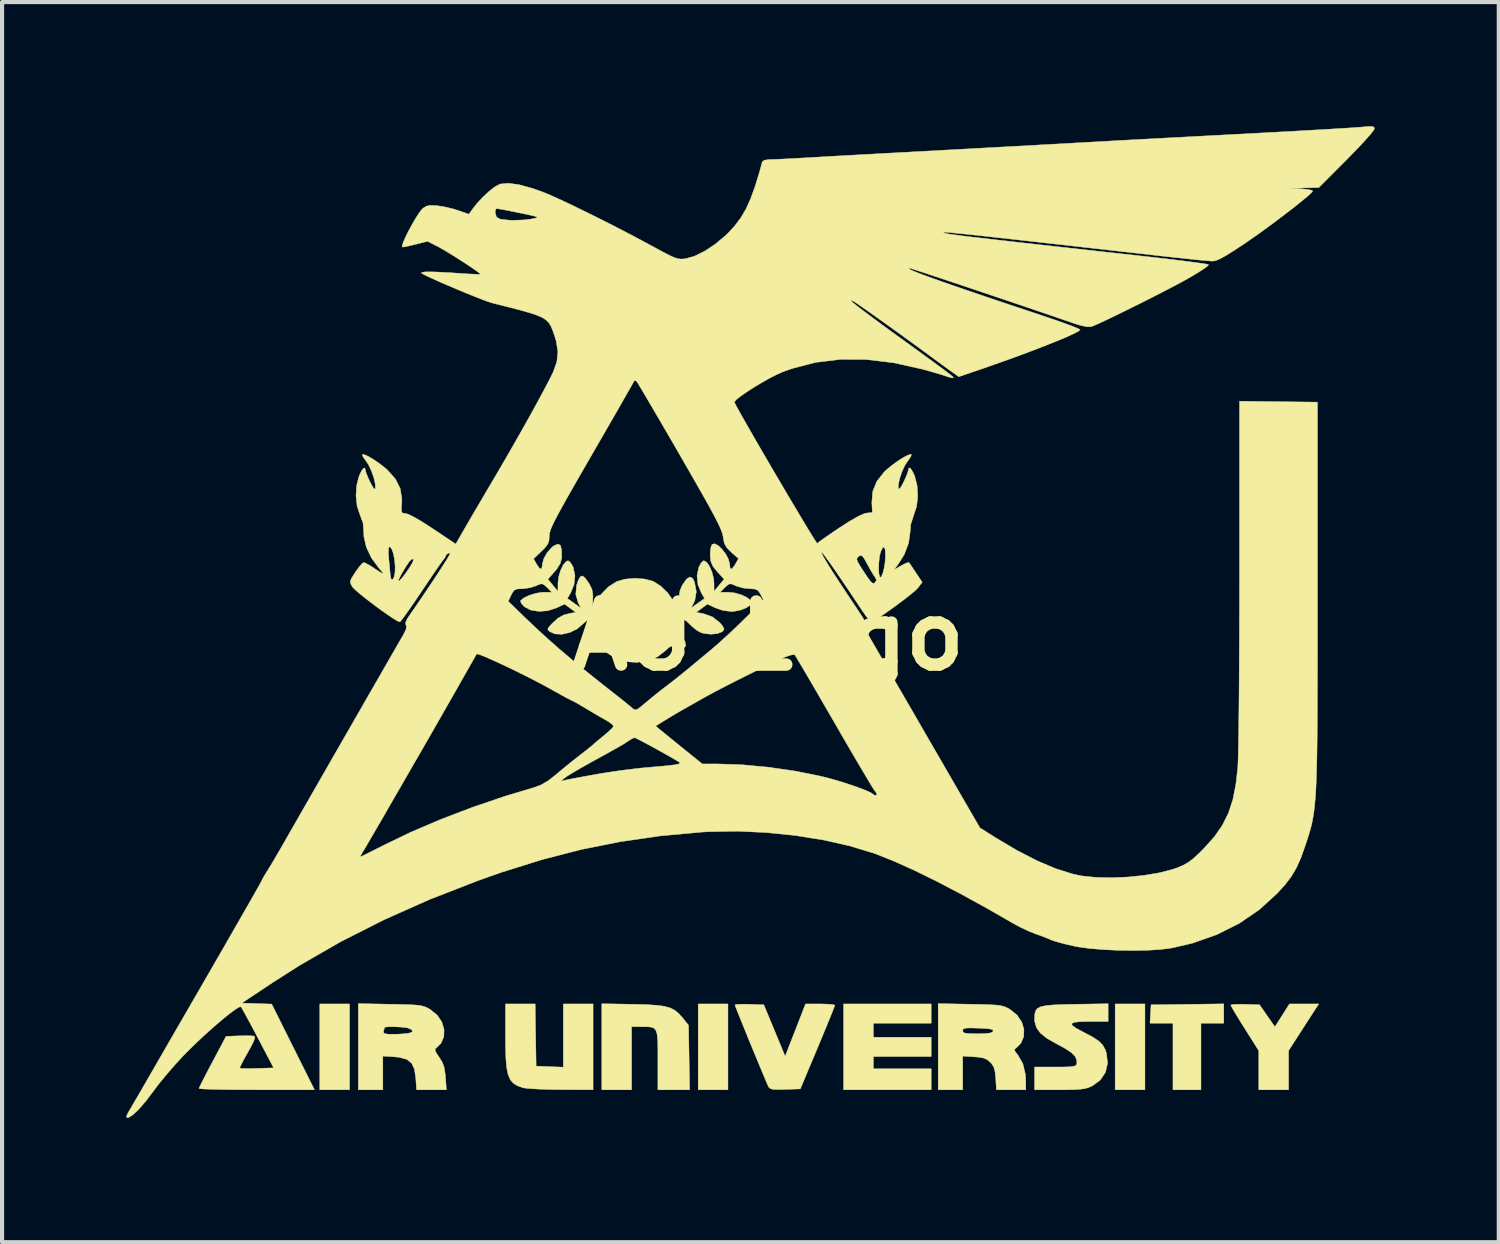
<source format=kicad_pcb>
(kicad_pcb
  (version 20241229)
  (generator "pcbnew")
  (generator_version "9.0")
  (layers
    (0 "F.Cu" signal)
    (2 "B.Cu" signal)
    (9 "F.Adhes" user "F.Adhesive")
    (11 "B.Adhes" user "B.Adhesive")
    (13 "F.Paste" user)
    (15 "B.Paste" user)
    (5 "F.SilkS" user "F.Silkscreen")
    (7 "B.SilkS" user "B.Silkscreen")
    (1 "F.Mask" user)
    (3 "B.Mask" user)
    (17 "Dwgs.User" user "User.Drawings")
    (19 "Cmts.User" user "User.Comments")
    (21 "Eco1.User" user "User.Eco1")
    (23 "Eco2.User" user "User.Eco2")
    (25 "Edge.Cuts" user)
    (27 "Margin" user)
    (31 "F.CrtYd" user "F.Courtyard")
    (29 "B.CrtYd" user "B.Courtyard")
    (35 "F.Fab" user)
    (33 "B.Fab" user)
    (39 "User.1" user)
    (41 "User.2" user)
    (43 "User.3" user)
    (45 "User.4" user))
  (footprint "AU Logo"
    (layer "F.Cu")
    (at 15.514 12.319)
    (property "Reference" "AU Logo" (at 0 0 0) (layer "F.SilkS") (effects (font (size 1.524 1.524) (thickness 0.3))))
    (attr through_hole)
    (fp_poly (pts (xy -10.118 10.964) (xy -10.837 10.964) (xy -10.837 8.89) (xy -10.118 8.89) (xy -10.118 10.964)) (stroke (width 0.01) (type solid)) (fill yes) (layer "F.SilkS"))
    (fp_poly (pts (xy -0.974 10.964) (xy -1.693 10.964) (xy -1.693 8.89) (xy -0.974 8.89) (xy -0.974 10.964)) (stroke (width 0.01) (type solid)) (fill yes) (layer "F.SilkS"))
    (fp_poly (pts (xy 9.102 10.964) (xy 8.382 10.964) (xy 8.382 8.89) (xy 9.102 8.89) (xy 9.102 10.964)) (stroke (width 0.01) (type solid)) (fill yes) (layer "F.SilkS"))
    (fp_poly (pts (xy 11.007 9.356) (xy 10.456 9.356) (xy 10.456 10.964) (xy 9.779 10.964) (xy 9.779 9.356) (xy 9.224 9.356) (xy 9.237 9.133) (xy 9.25 8.911) (xy 10.128 8.9) (xy 11.007 8.888) (xy 11.007 9.356)) (stroke (width 0.01) (type solid)) (fill yes) (layer "F.SilkS"))
    (fp_poly (pts (xy 3.937 9.356) (xy 2.54 9.356) (xy 2.54 9.694) (xy 3.937 9.694) (xy 3.937 10.16) (xy 2.54 10.16) (xy 2.54 10.456) (xy 3.937 10.456) (xy 3.937 10.964) (xy 1.82 10.964) (xy 1.82 8.89) (xy 3.937 8.89) (xy 3.937 9.356)) (stroke (width 0.01) (type solid)) (fill yes) (layer "F.SilkS"))
    (fp_poly (pts (xy -5.621 9.641) (xy -5.609 10.393) (xy -5.281 10.405) (xy -4.953 10.418) (xy -4.953 8.89) (xy -4.233 8.89) (xy -4.233 10.964) (xy -5.006 10.961) (xy -5.264 10.957) (xy -5.503 10.95) (xy -5.705 10.939) (xy -5.854 10.927) (xy -5.927 10.915) (xy -6.056 10.869) (xy -6.157 10.809) (xy -6.232 10.724) (xy -6.285 10.602) (xy -6.32 10.435) (xy -6.34 10.211) (xy -6.349 9.92) (xy -6.35 9.675) (xy -6.35 8.89) (xy -5.632 8.89) (xy -5.621 9.641)) (stroke (width 0.01) (type solid)) (fill yes) (layer "F.SilkS"))
    (fp_poly (pts (xy -3.27 8.898) (xy -2.954 8.906) (xy -2.708 8.921) (xy -2.52 8.945) (xy -2.376 8.984) (xy -2.263 9.04) (xy -2.166 9.118) (xy -2.073 9.222) (xy -2.056 9.243) (xy -1.926 9.406) (xy -1.913 10.185) (xy -1.9 10.964) (xy -2.667 10.964) (xy -2.667 10.246) (xy -2.667 9.967) (xy -2.672 9.761) (xy -2.687 9.617) (xy -2.718 9.524) (xy -2.77 9.471) (xy -2.848 9.447) (xy -2.959 9.441) (xy -3.066 9.44) (xy -3.302 9.44) (xy -3.302 10.964) (xy -4.022 10.964) (xy -4.022 8.885) (xy -3.27 8.898)) (stroke (width 0.01) (type solid)) (fill yes) (layer "F.SilkS"))
    (fp_poly (pts (xy 13.226 9.006) (xy 13.174 9.087) (xy 13.088 9.22) (xy 12.979 9.388) (xy 12.862 9.571) (xy 12.861 9.571) (xy 12.573 10.019) (xy 12.573 10.964) (xy 11.853 10.964) (xy 11.853 10.021) (xy 11.515 9.485) (xy 11.396 9.296) (xy 11.296 9.131) (xy 11.221 9.005) (xy 11.181 8.931) (xy 11.176 8.918) (xy 11.215 8.905) (xy 11.319 8.898) (xy 11.468 8.897) (xy 11.524 8.899) (xy 11.872 8.911) (xy 12.057 9.177) (xy 12.243 9.443) (xy 12.418 9.167) (xy 12.594 8.89) (xy 13.302 8.89) (xy 13.226 9.006)) (stroke (width 0.01) (type solid)) (fill yes) (layer "F.SilkS"))
    (fp_poly (pts (xy 1.416 8.894) (xy 1.539 8.903) (xy 1.603 8.917) (xy 1.609 8.922) (xy 1.593 8.968) (xy 1.549 9.082) (xy 1.48 9.252) (xy 1.392 9.467) (xy 1.288 9.717) (xy 1.192 9.949) (xy 0.775 10.943) (xy 0.411 10.955) (xy 0.23 10.959) (xy 0.116 10.954) (xy 0.05 10.936) (xy 0.014 10.904) (xy 0.007 10.892) (xy -0.022 10.829) (xy -0.075 10.705) (xy -0.148 10.531) (xy -0.235 10.322) (xy -0.331 10.09) (xy -0.431 9.848) (xy -0.529 9.609) (xy -0.619 9.385) (xy -0.697 9.191) (xy -0.758 9.039) (xy -0.795 8.942) (xy -0.804 8.913) (xy -0.765 8.902) (xy -0.661 8.897) (xy -0.513 8.897) (xy -0.455 8.899) (xy -0.107 8.911) (xy 0.151 9.533) (xy 0.408 10.155) (xy 0.901 8.89) (xy 1.255 8.89) (xy 1.416 8.894)) (stroke (width 0.01) (type solid)) (fill yes) (layer "F.SilkS"))
    (fp_poly (pts (xy 8.213 9.313) (xy 7.768 9.313) (xy 7.54 9.318) (xy 7.395 9.334) (xy 7.331 9.364) (xy 7.347 9.411) (xy 7.441 9.478) (xy 7.611 9.569) (xy 7.631 9.579) (xy 7.842 9.691) (xy 7.988 9.789) (xy 8.084 9.887) (xy 8.145 9.999) (xy 8.172 10.082) (xy 8.199 10.323) (xy 8.148 10.542) (xy 8.025 10.728) (xy 7.836 10.867) (xy 7.822 10.874) (xy 7.737 10.911) (xy 7.647 10.936) (xy 7.535 10.952) (xy 7.383 10.961) (xy 7.173 10.964) (xy 7.035 10.964) (xy 6.435 10.964) (xy 6.435 10.414) (xy 6.943 10.414) (xy 7.163 10.413) (xy 7.311 10.407) (xy 7.401 10.391) (xy 7.446 10.362) (xy 7.458 10.314) (xy 7.452 10.245) (xy 7.415 10.156) (xy 7.323 10.064) (xy 7.168 9.962) (xy 6.98 9.861) (xy 6.741 9.726) (xy 6.577 9.596) (xy 6.479 9.46) (xy 6.437 9.309) (xy 6.435 9.253) (xy 6.439 9.145) (xy 6.458 9.062) (xy 6.502 9.001) (xy 6.58 8.959) (xy 6.705 8.931) (xy 6.884 8.914) (xy 7.129 8.904) (xy 7.413 8.898) (xy 8.213 8.885) (xy 8.213 9.313)) (stroke (width 0.01) (type solid)) (fill yes) (layer "F.SilkS"))
    (fp_poly (pts (xy -9.133 8.897) (xy -8.859 8.902) (xy -8.654 8.909) (xy -8.506 8.917) (xy -8.398 8.931) (xy -8.318 8.951) (xy -8.249 8.979) (xy -8.179 9.018) (xy -8.165 9.026) (xy -8 9.16) (xy -7.888 9.326) (xy -7.834 9.506) (xy -7.839 9.683) (xy -7.908 9.841) (xy -8.006 9.939) (xy -8.046 9.975) (xy -8.05 10.018) (xy -8.012 10.09) (xy -7.952 10.178) (xy -7.875 10.302) (xy -7.831 10.426) (xy -7.806 10.587) (xy -7.799 10.664) (xy -7.778 10.964) (xy -8.499 10.964) (xy -8.517 10.688) (xy -8.548 10.471) (xy -8.616 10.322) (xy -8.735 10.229) (xy -8.915 10.18) (xy -9.037 10.168) (xy -9.313 10.15) (xy -9.313 10.964) (xy -9.906 10.964) (xy -9.906 9.583) (xy -9.298 9.583) (xy -9.259 9.61) (xy -9.166 9.622) (xy -9.006 9.622) (xy -8.885 9.617) (xy -8.713 9.602) (xy -8.618 9.578) (xy -8.594 9.548) (xy -8.63 9.503) (xy -8.72 9.468) (xy -8.726 9.467) (xy -8.832 9.453) (xy -8.965 9.444) (xy -9.099 9.441) (xy -9.208 9.444) (xy -9.267 9.454) (xy -9.271 9.458) (xy -9.284 9.508) (xy -9.295 9.539) (xy -9.298 9.583) (xy -9.906 9.583) (xy -9.906 8.882) (xy -9.133 8.897)) (stroke (width 0.01) (type solid)) (fill yes) (layer "F.SilkS"))
    (fp_poly (pts (xy 4.879 8.897) (xy 5.153 8.902) (xy 5.358 8.909) (xy 5.507 8.917) (xy 5.614 8.931) (xy 5.695 8.951) (xy 5.763 8.979) (xy 5.834 9.018) (xy 5.847 9.026) (xy 6.013 9.161) (xy 6.125 9.327) (xy 6.179 9.507) (xy 6.172 9.685) (xy 6.102 9.843) (xy 6.004 9.941) (xy 5.956 9.982) (xy 5.956 10.024) (xy 6.006 10.094) (xy 6.03 10.122) (xy 6.151 10.33) (xy 6.214 10.596) (xy 6.223 10.763) (xy 6.223 10.964) (xy 5.513 10.964) (xy 5.496 10.688) (xy 5.479 10.524) (xy 5.449 10.415) (xy 5.396 10.332) (xy 5.365 10.299) (xy 5.285 10.233) (xy 5.19 10.194) (xy 5.052 10.174) (xy 4.975 10.168) (xy 4.699 10.15) (xy 4.699 10.964) (xy 4.106 10.964) (xy 4.106 9.536) (xy 4.699 9.536) (xy 4.709 9.572) (xy 4.749 9.594) (xy 4.837 9.606) (xy 4.987 9.609) (xy 5.054 9.61) (xy 5.242 9.606) (xy 5.359 9.593) (xy 5.419 9.568) (xy 5.433 9.549) (xy 5.429 9.519) (xy 5.382 9.499) (xy 5.279 9.485) (xy 5.106 9.476) (xy 5.077 9.475) (xy 4.896 9.47) (xy 4.784 9.473) (xy 4.724 9.487) (xy 4.701 9.513) (xy 4.699 9.536) (xy 4.106 9.536) (xy 4.106 8.882) (xy 4.879 8.897)) (stroke (width 0.01) (type solid)) (fill yes) (layer "F.SilkS"))
    (fp_poly (pts (xy 14.609 -12.311) (xy 14.642 -12.288) (xy 14.647 -12.257) (xy 14.619 -12.208) (xy 14.538 -12.108) (xy 14.414 -11.969) (xy 14.255 -11.798) (xy 14.07 -11.607) (xy 13.976 -11.511) (xy 13.304 -10.837) (xy 12.949 -10.829) (xy 12.594 -10.821) (xy 12.883 -10.806) (xy 13.024 -10.793) (xy 13.123 -10.774) (xy 13.158 -10.753) (xy 13.158 -10.752) (xy 13.116 -10.703) (xy 13.016 -10.613) (xy 12.868 -10.491) (xy 12.683 -10.344) (xy 12.47 -10.18) (xy 12.242 -10.007) (xy 12.007 -9.834) (xy 11.777 -9.669) (xy 11.562 -9.52) (xy 11.504 -9.48) (xy 11.254 -9.315) (xy 11.063 -9.196) (xy 10.92 -9.117) (xy 10.817 -9.073) (xy 10.743 -9.059) (xy 10.742 -9.059) (xy 10.664 -9.064) (xy 10.514 -9.077) (xy 10.306 -9.097) (xy 10.052 -9.124) (xy 9.763 -9.155) (xy 9.461 -9.188) (xy 8.68 -9.276) (xy 7.978 -9.355) (xy 7.352 -9.426) (xy 6.797 -9.488) (xy 6.311 -9.543) (xy 5.887 -9.59) (xy 5.524 -9.63) (xy 5.215 -9.664) (xy 4.958 -9.692) (xy 4.747 -9.714) (xy 4.58 -9.731) (xy 4.451 -9.744) (xy 4.357 -9.753) (xy 4.293 -9.758) (xy 4.256 -9.759) (xy 4.241 -9.758) (xy 4.24 -9.758) (xy 4.236 -9.751) (xy 4.241 -9.744) (xy 4.258 -9.737) (xy 4.293 -9.728) (xy 4.35 -9.717) (xy 4.434 -9.704) (xy 4.548 -9.689) (xy 4.698 -9.669) (xy 4.887 -9.646) (xy 5.121 -9.619) (xy 5.404 -9.586) (xy 5.74 -9.548) (xy 6.134 -9.503) (xy 6.59 -9.452) (xy 7.113 -9.394) (xy 7.707 -9.328) (xy 8.376 -9.254) (xy 9.038 -9.181) (xy 9.394 -9.141) (xy 9.723 -9.102) (xy 10.016 -9.066) (xy 10.264 -9.034) (xy 10.457 -9.008) (xy 10.585 -8.988) (xy 10.639 -8.975) (xy 10.64 -8.974) (xy 10.618 -8.943) (xy 10.534 -8.88) (xy 10.399 -8.792) (xy 10.226 -8.688) (xy 10.14 -8.638) (xy 9.967 -8.543) (xy 9.748 -8.427) (xy 9.497 -8.297) (xy 9.226 -8.158) (xy 8.946 -8.017) (xy 8.67 -7.881) (xy 8.411 -7.754) (xy 8.181 -7.643) (xy 7.993 -7.555) (xy 7.858 -7.496) (xy 7.8 -7.474) (xy 7.701 -7.473) (xy 7.539 -7.508) (xy 7.377 -7.559) (xy 7.115 -7.649) (xy 6.815 -7.752) (xy 6.484 -7.865) (xy 6.132 -7.984) (xy 5.768 -8.108) (xy 5.401 -8.231) (xy 5.04 -8.353) (xy 4.693 -8.469) (xy 4.37 -8.577) (xy 4.08 -8.674) (xy 3.83 -8.757) (xy 3.632 -8.822) (xy 3.492 -8.867) (xy 3.421 -8.888) (xy 3.414 -8.89) (xy 3.392 -8.883) (xy 3.421 -8.86) (xy 3.506 -8.82) (xy 3.647 -8.763) (xy 3.849 -8.688) (xy 4.113 -8.593) (xy 4.444 -8.477) (xy 4.843 -8.34) (xy 5.313 -8.18) (xy 5.857 -7.997) (xy 6.479 -7.79) (xy 6.699 -7.716) (xy 6.949 -7.631) (xy 7.169 -7.553) (xy 7.347 -7.487) (xy 7.472 -7.436) (xy 7.532 -7.406) (xy 7.535 -7.401) (xy 7.497 -7.367) (xy 7.386 -7.308) (xy 7.212 -7.228) (xy 6.982 -7.132) (xy 6.705 -7.021) (xy 6.389 -6.899) (xy 6.043 -6.769) (xy 5.674 -6.636) (xy 5.291 -6.501) (xy 5.168 -6.458) (xy 4.605 -6.266) (xy 4.472 -6.36) (xy 4.388 -6.42) (xy 4.254 -6.517) (xy 4.086 -6.64) (xy 3.903 -6.774) (xy 3.873 -6.796) (xy 3.638 -6.968) (xy 3.385 -7.152) (xy 3.126 -7.34) (xy 2.872 -7.522) (xy 2.635 -7.692) (xy 2.425 -7.84) (xy 2.255 -7.959) (xy 2.136 -8.041) (xy 2.095 -8.068) (xy 2.017 -8.114) (xy 1.999 -8.114) (xy 2.025 -8.076) (xy 2.073 -8.033) (xy 2.181 -7.948) (xy 2.338 -7.828) (xy 2.535 -7.681) (xy 2.762 -7.513) (xy 2.999 -7.34) (xy 3.359 -7.08) (xy 3.656 -6.864) (xy 3.896 -6.689) (xy 4.085 -6.551) (xy 4.229 -6.445) (xy 4.334 -6.366) (xy 4.405 -6.311) (xy 4.448 -6.275) (xy 4.47 -6.253) (xy 4.476 -6.242) (xy 4.475 -6.238) (xy 4.428 -6.241) (xy 4.332 -6.267) (xy 4.289 -6.282) (xy 4.172 -6.32) (xy 4.002 -6.37) (xy 3.808 -6.426) (xy 3.721 -6.449) (xy 3.029 -6.603) (xy 2.371 -6.682) (xy 1.744 -6.685) (xy 1.145 -6.612) (xy 0.57 -6.462) (xy 0.349 -6.383) (xy 0.199 -6.316) (xy 0.022 -6.225) (xy -0.169 -6.117) (xy -0.358 -6.003) (xy -0.531 -5.891) (xy -0.675 -5.79) (xy -0.776 -5.709) (xy -0.818 -5.657) (xy -0.818 -5.652) (xy -0.795 -5.6) (xy -0.734 -5.487) (xy -0.641 -5.321) (xy -0.521 -5.11) (xy -0.38 -4.863) (xy -0.221 -4.588) (xy -0.051 -4.295) (xy 0.126 -3.992) (xy 0.305 -3.688) (xy 0.48 -3.391) (xy 0.647 -3.11) (xy 0.8 -2.854) (xy 0.934 -2.631) (xy 1.044 -2.45) (xy 1.126 -2.32) (xy 1.174 -2.249) (xy 1.184 -2.239) (xy 1.226 -2.273) (xy 1.325 -2.345) (xy 1.468 -2.445) (xy 1.643 -2.564) (xy 1.719 -2.615) (xy 1.97 -2.776) (xy 2.17 -2.891) (xy 2.315 -2.956) (xy 2.373 -2.971) (xy 2.515 -2.985) (xy 2.503 -3.229) (xy 2.525 -3.496) (xy 2.623 -3.737) (xy 2.799 -3.961) (xy 2.852 -4.012) (xy 2.976 -4.116) (xy 3.115 -4.218) (xy 3.251 -4.305) (xy 3.366 -4.367) (xy 3.441 -4.392) (xy 3.457 -4.388) (xy 3.448 -4.344) (xy 3.396 -4.263) (xy 3.371 -4.232) (xy 3.296 -4.115) (xy 3.227 -3.96) (xy 3.172 -3.795) (xy 3.143 -3.65) (xy 3.144 -3.566) (xy 3.168 -3.552) (xy 3.217 -3.617) (xy 3.274 -3.725) (xy 3.334 -3.858) (xy 3.374 -3.963) (xy 3.386 -4.011) (xy 3.401 -4.065) (xy 3.439 -4.048) (xy 3.491 -3.969) (xy 3.539 -3.863) (xy 3.597 -3.634) (xy 3.612 -3.38) (xy 3.585 -3.133) (xy 3.517 -2.928) (xy 3.443 -2.697) (xy 3.429 -2.524) (xy 3.392 -2.249) (xy 3.286 -1.969) (xy 3.145 -1.742) (xy 3.037 -1.6) (xy 3.209 -1.699) (xy 3.313 -1.753) (xy 3.384 -1.779) (xy 3.399 -1.777) (xy 3.43 -1.734) (xy 3.493 -1.641) (xy 3.568 -1.528) (xy 3.72 -1.3) (xy 3.615 -1.162) (xy 3.55 -1.097) (xy 3.431 -0.998) (xy 3.275 -0.876) (xy 3.099 -0.744) (xy 2.919 -0.614) (xy 2.752 -0.498) (xy 2.615 -0.408) (xy 2.523 -0.356) (xy 2.515 -0.353) (xy 2.483 -0.353) (xy 2.441 -0.385) (xy 2.38 -0.458) (xy 2.292 -0.583) (xy 2.168 -0.768) (xy 1.985 -1.043) (xy 1.811 -1.302) (xy 1.652 -1.535) (xy 1.515 -1.732) (xy 1.428 -1.853) (xy 2.14 -1.853) (xy 2.161 -1.792) (xy 2.22 -1.691) (xy 2.312 -1.548) (xy 2.413 -1.398) (xy 2.481 -1.31) (xy 2.528 -1.273) (xy 2.564 -1.279) (xy 2.579 -1.291) (xy 2.616 -1.353) (xy 2.586 -1.414) (xy 2.539 -1.483) (xy 2.469 -1.601) (xy 2.461 -1.616) (xy 2.668 -1.616) (xy 2.676 -1.493) (xy 2.697 -1.423) (xy 2.699 -1.421) (xy 2.73 -1.431) (xy 2.765 -1.506) (xy 2.797 -1.626) (xy 2.821 -1.772) (xy 2.833 -1.924) (xy 2.833 -1.937) (xy 2.826 -2.081) (xy 2.803 -2.148) (xy 2.766 -2.137) (xy 2.72 -2.044) (xy 2.713 -2.026) (xy 2.687 -1.911) (xy 2.672 -1.765) (xy 2.668 -1.616) (xy 2.461 -1.616) (xy 2.398 -1.73) (xy 2.325 -1.862) (xy 2.275 -1.931) (xy 2.235 -1.949) (xy 2.191 -1.929) (xy 2.184 -1.924) (xy 2.149 -1.892) (xy 2.14 -1.853) (xy 1.428 -1.853) (xy 1.405 -1.885) (xy 1.331 -1.984) (xy 1.298 -2.02) (xy 1.288 -2.007) (xy 1.326 -1.927) (xy 1.411 -1.782) (xy 1.541 -1.573) (xy 1.716 -1.303) (xy 1.906 -1.016) (xy 2.068 -0.773) (xy 2.189 -0.591) (xy 2.273 -0.461) (xy 2.327 -0.373) (xy 2.355 -0.319) (xy 2.364 -0.288) (xy 2.357 -0.272) (xy 2.342 -0.262) (xy 2.339 -0.26) (xy 2.338 -0.212) (xy 2.379 -0.107) (xy 2.456 0.041) (xy 2.481 0.085) (xy 2.536 0.18) (xy 2.63 0.342) (xy 2.756 0.56) (xy 2.912 0.829) (xy 3.092 1.14) (xy 3.292 1.485) (xy 3.507 1.856) (xy 3.732 2.246) (xy 3.889 2.518) (xy 5.114 4.634) (xy 5.496 4.875) (xy 6.014 5.182) (xy 6.503 5.433) (xy 6.954 5.624) (xy 7.364 5.752) (xy 7.58 5.797) (xy 7.916 5.832) (xy 8.294 5.84) (xy 8.693 5.823) (xy 9.087 5.782) (xy 9.455 5.72) (xy 9.773 5.638) (xy 9.885 5.599) (xy 10.028 5.538) (xy 10.15 5.469) (xy 10.271 5.377) (xy 10.412 5.248) (xy 10.531 5.128) (xy 10.779 4.851) (xy 10.972 4.574) (xy 11.119 4.279) (xy 11.227 3.951) (xy 11.301 3.572) (xy 11.346 3.175) (xy 11.351 3.063) (xy 11.357 2.872) (xy 11.362 2.611) (xy 11.367 2.284) (xy 11.372 1.898) (xy 11.376 1.461) (xy 11.379 0.978) (xy 11.382 0.457) (xy 11.385 -0.096) (xy 11.386 -0.676) (xy 11.387 -1.274) (xy 11.387 -1.493) (xy 11.388 -5.674) (xy 12.33 -5.663) (xy 13.271 -5.652) (xy 13.271 -0.995) (xy 13.271 -0.226) (xy 13.271 0.463) (xy 13.27 1.077) (xy 13.269 1.623) (xy 13.267 2.104) (xy 13.263 2.527) (xy 13.258 2.897) (xy 13.251 3.217) (xy 13.242 3.495) (xy 13.231 3.735) (xy 13.217 3.941) (xy 13.2 4.12) (xy 13.181 4.277) (xy 13.158 4.416) (xy 13.132 4.543) (xy 13.102 4.663) (xy 13.067 4.781) (xy 13.029 4.903) (xy 12.986 5.033) (xy 12.973 5.072) (xy 12.868 5.366) (xy 12.762 5.603) (xy 12.641 5.807) (xy 12.491 6.005) (xy 12.301 6.215) (xy 11.867 6.611) (xy 11.377 6.946) (xy 10.834 7.217) (xy 10.244 7.424) (xy 9.737 7.541) (xy 9.485 7.573) (xy 9.172 7.593) (xy 8.82 7.599) (xy 8.453 7.594) (xy 8.092 7.577) (xy 7.76 7.549) (xy 7.479 7.51) (xy 7.409 7.496) (xy 7.21 7.451) (xy 7.031 7.405) (xy 6.893 7.364) (xy 6.837 7.343) (xy 6.727 7.296) (xy 6.575 7.238) (xy 6.456 7.196) (xy 6.283 7.127) (xy 6.086 7.034) (xy 5.927 6.948) (xy 5.264 6.567) (xy 4.639 6.224) (xy 4.057 5.92) (xy 3.525 5.659) (xy 3.047 5.444) (xy 2.63 5.277) (xy 2.554 5.249) (xy 1.972 5.072) (xy 1.331 4.928) (xy 0.65 4.819) (xy -0.051 4.748) (xy -0.753 4.716) (xy -1.436 4.728) (xy -1.6 4.737) (xy -2.602 4.829) (xy -3.569 4.969) (xy -4.521 5.159) (xy -5.476 5.406) (xy -6.454 5.712) (xy -7.006 5.907) (xy -8.181 6.364) (xy -9.285 6.856) (xy -10.33 7.385) (xy -11.325 7.958) (xy -11.98 8.376) (xy -12.721 8.869) (xy -12.36 8.881) (xy -11.999 8.893) (xy -10.965 10.964) (xy -12.361 10.964) (xy -12.696 10.963) (xy -13.001 10.961) (xy -13.268 10.957) (xy -13.486 10.951) (xy -13.646 10.945) (xy -13.737 10.938) (xy -13.756 10.933) (xy -13.736 10.886) (xy -13.683 10.778) (xy -13.603 10.622) (xy -13.504 10.431) (xy -13.427 10.287) (xy -13.102 9.673) (xy -12.789 9.661) (xy -12.628 9.657) (xy -12.497 9.66) (xy -12.423 9.668) (xy -12.419 9.669) (xy -12.405 9.704) (xy -12.432 9.788) (xy -12.502 9.928) (xy -12.575 10.058) (xy -12.663 10.214) (xy -12.729 10.341) (xy -12.766 10.422) (xy -12.77 10.442) (xy -12.723 10.449) (xy -12.611 10.451) (xy -12.453 10.45) (xy -12.353 10.447) (xy -11.952 10.435) (xy -12.329 9.716) (xy -12.449 9.489) (xy -12.557 9.288) (xy -12.646 9.124) (xy -12.71 9.011) (xy -12.742 8.959) (xy -12.743 8.958) (xy -12.79 8.968) (xy -12.887 9.029) (xy -13.026 9.132) (xy -13.196 9.27) (xy -13.388 9.434) (xy -13.592 9.616) (xy -13.798 9.808) (xy -13.998 10.002) (xy -14.144 10.151) (xy -14.332 10.355) (xy -14.528 10.581) (xy -14.71 10.802) (xy -14.855 10.992) (xy -14.868 11.01) (xy -15.041 11.239) (xy -15.201 11.425) (xy -15.34 11.558) (xy -15.45 11.631) (xy -15.495 11.642) (xy -15.509 11.611) (xy -15.474 11.529) (xy -15.46 11.504) (xy -15.412 11.423) (xy -15.331 11.284) (xy -15.224 11.101) (xy -15.101 10.888) (xy -14.986 10.689) (xy -14.84 10.436) (xy -14.666 10.134) (xy -14.478 9.808) (xy -14.29 9.483) (xy -14.116 9.183) (xy -14.106 9.165) (xy -13.81 8.653) (xy -13.531 8.17) (xy -13.272 7.722) (xy -13.036 7.311) (xy -12.826 6.944) (xy -12.643 6.625) (xy -12.49 6.358) (xy -12.371 6.148) (xy -12.287 5.999) (xy -12.242 5.916) (xy -12.234 5.899) (xy -12.213 5.856) (xy -12.159 5.764) (xy -12.095 5.66) (xy -12.022 5.542) (xy -11.92 5.37) (xy -11.899 5.334) (xy -9.854 5.334) (xy -9.811 5.316) (xy -9.708 5.265) (xy -9.557 5.19) (xy -9.374 5.097) (xy -9.309 5.064) (xy -8.645 4.743) (xy -7.917 4.432) (xy -7.147 4.138) (xy -6.357 3.869) (xy -5.658 3.66) (xy -5.484 3.595) (xy -5.338 3.508) (xy -5.016 3.508) (xy -4.832 3.467) (xy -4.723 3.445) (xy -4.551 3.413) (xy -4.339 3.374) (xy -4.107 3.333) (xy -4.049 3.323) (xy -3.765 3.278) (xy -3.445 3.234) (xy -3.129 3.196) (xy -2.879 3.172) (xy -2.597 3.148) (xy -2.39 3.128) (xy -2.25 3.11) (xy -2.168 3.093) (xy -2.134 3.075) (xy -2.141 3.055) (xy -2.159 3.041) (xy -2.266 2.977) (xy -2.413 2.893) (xy -2.584 2.797) (xy -2.762 2.698) (xy -2.932 2.606) (xy -3.077 2.529) (xy -3.182 2.476) (xy -3.229 2.455) (xy -3.23 2.455) (xy -3.288 2.478) (xy -3.377 2.532) (xy -3.38 2.534) (xy -3.425 2.564) (xy -3.475 2.597) (xy -3.542 2.637) (xy -3.636 2.691) (xy -3.766 2.764) (xy -3.943 2.863) (xy -4.178 2.992) (xy -4.368 3.098) (xy -4.554 3.202) (xy -4.72 3.3) (xy -4.849 3.379) (xy -4.918 3.428) (xy -5.016 3.508) (xy -5.338 3.508) (xy -5.315 3.495) (xy -5.129 3.348) (xy -4.95 3.198) (xy -4.745 3.032) (xy -4.558 2.885) (xy -4.551 2.879) (xy -4.416 2.775) (xy -4.308 2.689) (xy -4.243 2.635) (xy -4.233 2.626) (xy -4.192 2.588) (xy -4.103 2.513) (xy -3.985 2.417) (xy -3.978 2.411) (xy -3.861 2.312) (xy -3.775 2.23) (xy -3.738 2.182) (xy -3.737 2.18) (xy -3.742 2.174) (xy -2.722 2.174) (xy -2.617 2.262) (xy -2.545 2.32) (xy -2.423 2.42) (xy -2.267 2.546) (xy -2.093 2.688) (xy -2.053 2.72) (xy -1.595 3.09) (xy -1.21 3.091) (xy -0.625 3.111) (xy -0.001 3.169) (xy 0.628 3.259) (xy 1.227 3.378) (xy 1.435 3.428) (xy 1.633 3.483) (xy 1.845 3.548) (xy 2.054 3.617) (xy 2.243 3.685) (xy 2.395 3.746) (xy 2.493 3.793) (xy 2.521 3.814) (xy 2.569 3.849) (xy 2.616 3.844) (xy 2.625 3.824) (xy 2.6 3.773) (xy 2.566 3.729) (xy 2.533 3.679) (xy 2.462 3.563) (xy 2.359 3.39) (xy 2.227 3.168) (xy 2.072 2.903) (xy 1.897 2.605) (xy 1.709 2.28) (xy 1.59 2.074) (xy 1.396 1.74) (xy 1.215 1.427) (xy 1.051 1.145) (xy 0.908 0.901) (xy 0.791 0.702) (xy 0.704 0.557) (xy 0.653 0.473) (xy 0.64 0.454) (xy 0.586 0.451) (xy 0.483 0.479) (xy 0.399 0.512) (xy 0.228 0.589) (xy -0.00029 0.698) (xy -0.266 0.827) (xy -0.551 0.968) (xy -0.837 1.112) (xy -1.104 1.249) (xy -1.336 1.37) (xy -1.513 1.467) (xy -1.524 1.473) (xy -1.706 1.576) (xy -1.885 1.677) (xy -2.031 1.76) (xy -2.074 1.784) (xy -2.221 1.869) (xy -2.392 1.971) (xy -2.493 2.033) (xy -2.722 2.174) (xy -3.742 2.174) (xy -3.768 2.138) (xy -3.853 2.074) (xy -3.929 2.028) (xy -4.067 1.95) (xy -4.24 1.849) (xy -4.412 1.746) (xy -4.418 1.743) (xy -4.555 1.66) (xy -4.664 1.599) (xy -4.723 1.568) (xy -4.729 1.566) (xy -4.771 1.547) (xy -4.874 1.493) (xy -5.022 1.412) (xy -5.202 1.312) (xy -5.264 1.277) (xy -5.461 1.169) (xy -5.685 1.052) (xy -5.925 0.931) (xy -6.169 0.811) (xy -6.405 0.698) (xy -6.621 0.599) (xy -6.804 0.517) (xy -6.944 0.46) (xy -7.028 0.433) (xy -7.047 0.433) (xy -7.069 0.472) (xy -7.126 0.573) (xy -7.214 0.727) (xy -7.325 0.923) (xy -7.454 1.15) (xy -7.522 1.27) (xy -7.69 1.564) (xy -7.873 1.885) (xy -8.057 2.207) (xy -8.228 2.505) (xy -8.37 2.752) (xy -8.51 2.994) (xy -8.679 3.287) (xy -8.863 3.607) (xy -9.05 3.929) (xy -9.224 4.232) (xy -9.249 4.276) (xy -9.394 4.526) (xy -9.528 4.756) (xy -9.643 4.955) (xy -9.734 5.11) (xy -9.794 5.21) (xy -9.812 5.239) (xy -9.85 5.308) (xy -9.854 5.334) (xy -11.899 5.334) (xy -11.801 5.166) (xy -11.677 4.95) (xy -11.642 4.889) (xy -11.576 4.773) (xy -11.472 4.591) (xy -11.335 4.353) (xy -11.172 4.068) (xy -10.986 3.743) (xy -10.782 3.388) (xy -10.566 3.011) (xy -10.342 2.621) (xy -10.115 2.226) (xy -9.89 1.835) (xy -9.673 1.457) (xy -9.467 1.099) (xy -9.279 0.771) (xy -9.112 0.481) (xy -8.972 0.238) (xy -8.864 0.05) (xy -8.816 -0.033) (xy -8.753 -0.161) (xy -8.743 -0.241) (xy -8.756 -0.266) (xy -8.766 -0.32) (xy -8.727 -0.41) (xy -8.635 -0.549) (xy -8.634 -0.551) (xy -8.533 -0.695) (xy -8.434 -0.84) (xy -6.284 -0.84) (xy -5.883 -0.451) (xy -5.609 -0.19) (xy -5.337 0.059) (xy -5.055 0.308) (xy -4.749 0.567) (xy -4.406 0.848) (xy -4.015 1.16) (xy -3.768 1.354) (xy -3.603 1.484) (xy -3.456 1.601) (xy -3.344 1.693) (xy -3.285 1.743) (xy -3.24 1.778) (xy -3.196 1.783) (xy -3.135 1.752) (xy -3.038 1.675) (xy -2.967 1.615) (xy -2.808 1.483) (xy -2.622 1.334) (xy -2.455 1.205) (xy -2.279 1.069) (xy -2.081 0.912) (xy -1.905 0.768) (xy -1.742 0.632) (xy -1.572 0.491) (xy -1.429 0.372) (xy -1.419 0.364) (xy -1.208 0.183) (xy -0.966 -0.037) (xy -0.717 -0.271) (xy -0.489 -0.495) (xy -0.346 -0.643) (xy -0.121 -0.882) (xy -0.189 -1.013) (xy -0.242 -1.095) (xy -0.309 -1.133) (xy -0.422 -1.143) (xy -0.444 -1.143) (xy -0.602 -1.16) (xy -0.756 -1.203) (xy -0.783 -1.215) (xy -0.883 -1.258) (xy -0.946 -1.258) (xy -1.011 -1.209) (xy -1.048 -1.173) (xy -1.162 -1.058) (xy -0.952 -1.058) (xy -0.801 -1.04) (xy -0.648 -0.995) (xy -0.516 -0.932) (xy -0.427 -0.862) (xy -0.402 -0.808) (xy -0.44 -0.742) (xy -0.54 -0.678) (xy -0.677 -0.626) (xy -0.83 -0.596) (xy -0.898 -0.593) (xy -1.098 -0.619) (xy -1.284 -0.683) (xy -1.47 -0.773) (xy -1.606 -0.672) (xy -1.743 -0.572) (xy -1.568 -0.542) (xy -1.349 -0.463) (xy -1.164 -0.317) (xy -1.107 -0.246) (xy -1.068 -0.175) (xy -1.089 -0.127) (xy -1.123 -0.1) (xy -1.236 -0.057) (xy -1.393 -0.044) (xy -1.558 -0.064) (xy -1.634 -0.086) (xy -1.734 -0.144) (xy -1.849 -0.238) (xy -1.89 -0.279) (xy -1.982 -0.367) (xy -2.046 -0.4) (xy -2.106 -0.386) (xy -2.116 -0.382) (xy -2.188 -0.307) (xy -2.188 -0.198) (xy -2.116 -0.049) (xy -2.095 -0.017) (xy -2.012 0.134) (xy -1.995 0.238) (xy -2.043 0.291) (xy -2.154 0.289) (xy -2.255 0.258) (xy -2.332 0.243) (xy -2.402 0.275) (xy -2.479 0.349) (xy -2.676 0.501) (xy -2.914 0.597) (xy -3.173 0.637) (xy -3.433 0.62) (xy -3.676 0.546) (xy -3.882 0.415) (xy -3.935 0.364) (xy -4.013 0.293) (xy -4.092 0.268) (xy -4.211 0.277) (xy -4.221 0.279) (xy -4.335 0.291) (xy -4.388 0.279) (xy -4.402 0.236) (xy -4.403 0.227) (xy -4.381 0.14) (xy -4.329 0.028) (xy -4.318 0.01) (xy -4.253 -0.132) (xy -4.233 -0.254) (xy -4.251 -0.346) (xy -4.3 -0.393) (xy -4.375 -0.382) (xy -4.469 -0.301) (xy -4.615 -0.174) (xy -4.793 -0.086) (xy -4.981 -0.043) (xy -5.154 -0.051) (xy -5.273 -0.103) (xy -5.321 -0.144) (xy -5.323 -0.184) (xy -5.275 -0.247) (xy -5.228 -0.297) (xy -5.083 -0.43) (xy -4.944 -0.508) (xy -4.791 -0.548) (xy -4.649 -0.572) (xy -4.785 -0.672) (xy -4.921 -0.772) (xy -5.124 -0.677) (xy -5.33 -0.611) (xy -5.543 -0.595) (xy -5.739 -0.628) (xy -5.891 -0.707) (xy -5.905 -0.719) (xy -5.969 -0.794) (xy -5.988 -0.85) (xy -5.986 -0.853) (xy -5.91 -0.919) (xy -5.778 -0.982) (xy -5.621 -1.032) (xy -5.468 -1.057) (xy -5.432 -1.058) (xy -5.23 -1.058) (xy -5.344 -1.173) (xy -5.422 -1.244) (xy -5.481 -1.264) (xy -5.561 -1.237) (xy -5.609 -1.215) (xy -5.752 -1.168) (xy -5.915 -1.144) (xy -5.95 -1.143) (xy -6.071 -1.137) (xy -6.141 -1.106) (xy -6.193 -1.03) (xy -6.212 -0.991) (xy -6.284 -0.84) (xy -8.434 -0.84) (xy -8.404 -0.884) (xy -8.258 -1.1) (xy -8.108 -1.324) (xy -7.967 -1.538) (xy -7.848 -1.722) (xy -7.761 -1.858) (xy -7.756 -1.866) (xy -5.671 -1.866) (xy -5.598 -1.738) (xy -5.529 -1.637) (xy -5.484 -1.617) (xy -5.463 -1.678) (xy -5.461 -1.72) (xy -5.428 -1.861) (xy -5.344 -2.014) (xy -5.229 -2.143) (xy -5.181 -2.18) (xy -5.082 -2.223) (xy -5.023 -2.193) (xy -4.995 -2.086) (xy -4.994 -2.074) (xy -4.991 -1.893) (xy -5.024 -1.757) (xy -5.104 -1.628) (xy -5.16 -1.56) (xy -5.325 -1.373) (xy -5.082 -1.079) (xy -5.081 -1.285) (xy -5.063 -1.435) (xy -5.018 -1.586) (xy -4.955 -1.716) (xy -4.885 -1.8) (xy -4.837 -1.82) (xy -4.786 -1.785) (xy -4.729 -1.696) (xy -4.714 -1.665) (xy -4.671 -1.462) (xy -4.694 -1.241) (xy -4.778 -1.035) (xy -4.855 -0.909) (xy -4.691 -0.793) (xy -4.527 -0.676) (xy -4.592 -0.802) (xy -4.651 -1.007) (xy -4.63 -1.231) (xy -4.593 -1.34) (xy -4.544 -1.43) (xy -4.493 -1.454) (xy -4.43 -1.408) (xy -4.344 -1.29) (xy -4.315 -1.243) (xy -4.258 -1.122) (xy -4.237 -0.984) (xy -4.24 -0.867) (xy -4.246 -0.74) (xy -4.247 -0.656) (xy -4.244 -0.635) (xy -4.224 -0.67) (xy -4.184 -0.757) (xy -4.168 -0.794) (xy -4.042 -1.005) (xy -3.859 -1.191) (xy -3.662 -1.317) (xy -3.464 -1.375) (xy -3.227 -1.395) (xy -2.989 -1.378) (xy -2.786 -1.324) (xy -2.773 -1.318) (xy -2.593 -1.203) (xy -2.425 -1.037) (xy -2.295 -0.851) (xy -2.239 -0.722) (xy -2.195 -0.599) (xy -2.161 -0.557) (xy -2.14 -0.595) (xy -2.135 -0.709) (xy -2.142 -0.815) (xy -2.149 -0.978) (xy -2.134 -1.095) (xy -2.091 -1.202) (xy -2.065 -1.248) (xy -1.971 -1.38) (xy -1.891 -1.428) (xy -1.825 -1.392) (xy -1.783 -1.308) (xy -1.738 -1.074) (xy -1.774 -0.86) (xy -1.801 -0.802) (xy -1.865 -0.676) (xy -1.702 -0.793) (xy -1.538 -0.909) (xy -1.614 -1.035) (xy -1.699 -1.242) (xy -1.721 -1.462) (xy -1.678 -1.665) (xy -1.624 -1.763) (xy -1.568 -1.817) (xy -1.555 -1.82) (xy -1.487 -1.782) (xy -1.419 -1.683) (xy -1.36 -1.545) (xy -1.321 -1.392) (xy -1.311 -1.285) (xy -1.31 -1.079) (xy -1.188 -1.227) (xy -1.066 -1.374) (xy -1.231 -1.554) (xy -1.336 -1.683) (xy -1.389 -1.805) (xy -1.404 -1.953) (xy -1.398 -2.074) (xy -1.379 -2.169) (xy -1.356 -2.216) (xy -1.293 -2.23) (xy -1.207 -2.184) (xy -1.114 -2.095) (xy -1.027 -1.981) (xy -0.962 -1.857) (xy -0.932 -1.741) (xy -0.931 -1.726) (xy -0.92 -1.632) (xy -0.884 -1.62) (xy -0.825 -1.688) (xy -0.793 -1.74) (xy -0.719 -1.871) (xy -0.893 -2.026) (xy -1 -2.133) (xy -1.058 -2.232) (xy -1.086 -2.361) (xy -1.09 -2.392) (xy -1.101 -2.451) (xy -1.124 -2.525) (xy -1.163 -2.62) (xy -1.221 -2.742) (xy -1.301 -2.899) (xy -1.408 -3.097) (xy -1.544 -3.342) (xy -1.714 -3.641) (xy -1.92 -4) (xy -2.127 -4.36) (xy -2.331 -4.713) (xy -2.524 -5.044) (xy -2.7 -5.346) (xy -2.855 -5.611) (xy -2.985 -5.833) (xy -3.087 -6.003) (xy -3.154 -6.114) (xy -3.184 -6.159) (xy -3.185 -6.16) (xy -3.231 -6.178) (xy -3.244 -6.16) (xy -3.268 -6.115) (xy -3.33 -6.005) (xy -3.426 -5.837) (xy -3.552 -5.616) (xy -3.703 -5.352) (xy -3.876 -5.052) (xy -4.067 -4.721) (xy -4.27 -4.369) (xy -4.275 -4.36) (xy -4.512 -3.95) (xy -4.709 -3.607) (xy -4.87 -3.323) (xy -4.999 -3.091) (xy -5.099 -2.907) (xy -5.174 -2.761) (xy -5.227 -2.649) (xy -5.262 -2.563) (xy -5.281 -2.496) (xy -5.29 -2.442) (xy -5.291 -2.416) (xy -5.299 -2.303) (xy -5.331 -2.216) (xy -5.404 -2.124) (xy -5.481 -2.048) (xy -5.671 -1.866) (xy -7.756 -1.866) (xy -7.752 -1.873) (xy -7.698 -1.97) (xy -7.692 -2.01) (xy -7.722 -2.006) (xy -7.78 -1.966) (xy -7.789 -1.946) (xy -7.815 -1.889) (xy -7.843 -1.855) (xy -7.882 -1.804) (xy -7.96 -1.694) (xy -8.068 -1.536) (xy -8.2 -1.342) (xy -8.347 -1.124) (xy -8.383 -1.07) (xy -8.53 -0.852) (xy -8.663 -0.659) (xy -8.774 -0.503) (xy -8.855 -0.394) (xy -8.899 -0.343) (xy -8.904 -0.34) (xy -8.962 -0.364) (xy -9.07 -0.43) (xy -9.216 -0.529) (xy -9.384 -0.648) (xy -9.559 -0.778) (xy -9.728 -0.908) (xy -9.875 -1.026) (xy -9.986 -1.122) (xy -10.047 -1.186) (xy -10.051 -1.191) (xy -10.089 -1.262) (xy -10.099 -1.319) (xy -10.096 -1.329) (xy -8.941 -1.329) (xy -8.918 -1.329) (xy -8.85 -1.402) (xy -8.779 -1.494) (xy -8.664 -1.659) (xy -8.593 -1.78) (xy -8.572 -1.849) (xy -8.587 -1.863) (xy -8.626 -1.849) (xy -8.673 -1.801) (xy -8.74 -1.704) (xy -8.835 -1.546) (xy -8.842 -1.535) (xy -8.916 -1.397) (xy -8.941 -1.329) (xy -10.096 -1.329) (xy -10.075 -1.386) (xy -10.012 -1.489) (xy -9.973 -1.548) (xy -9.888 -1.666) (xy -9.817 -1.749) (xy -9.776 -1.778) (xy -9.717 -1.756) (xy -9.617 -1.699) (xy -9.554 -1.658) (xy -9.408 -1.561) (xy -9.326 -1.513) (xy -9.305 -1.514) (xy -9.338 -1.562) (xy -9.413 -1.648) (xy -9.589 -1.888) (xy -9.64 -1.996) (xy -9.179 -1.996) (xy -9.168 -1.852) (xy -9.152 -1.686) (xy -9.139 -1.542) (xy -9.131 -1.451) (xy -9.131 -1.45) (xy -9.11 -1.369) (xy -9.074 -1.366) (xy -9.043 -1.422) (xy -9.019 -1.538) (xy -9.016 -1.686) (xy -9.03 -1.845) (xy -9.058 -1.991) (xy -9.097 -2.103) (xy -9.143 -2.157) (xy -9.154 -2.159) (xy -9.176 -2.118) (xy -9.179 -1.996) (xy -9.64 -1.996) (xy -9.712 -2.147) (xy -9.771 -2.402) (xy -9.775 -2.516) (xy -9.792 -2.734) (xy -9.861 -2.917) (xy -9.934 -3.134) (xy -9.962 -3.391) (xy -9.942 -3.655) (xy -9.887 -3.863) (xy -9.831 -3.987) (xy -9.781 -4.055) (xy -9.747 -4.061) (xy -9.736 -4.011) (xy -9.719 -3.947) (xy -9.673 -3.834) (xy -9.624 -3.725) (xy -9.555 -3.597) (xy -9.512 -3.549) (xy -9.494 -3.566) (xy -9.496 -3.674) (xy -9.531 -3.825) (xy -9.589 -3.991) (xy -9.66 -4.141) (xy -9.721 -4.232) (xy -9.785 -4.32) (xy -9.81 -4.379) (xy -9.807 -4.388) (xy -9.757 -4.384) (xy -9.659 -4.338) (xy -9.53 -4.261) (xy -9.39 -4.165) (xy -9.257 -4.06) (xy -9.202 -4.012) (xy -9.007 -3.793) (xy -8.893 -3.563) (xy -8.853 -3.31) (xy -8.856 -3.215) (xy -8.864 -3.075) (xy -8.859 -3) (xy -8.832 -2.969) (xy -8.776 -2.963) (xy -8.766 -2.963) (xy -8.687 -2.938) (xy -8.55 -2.869) (xy -8.367 -2.762) (xy -8.148 -2.621) (xy -8.104 -2.592) (xy -7.551 -2.223) (xy -7.345 -2.582) (xy -7.263 -2.725) (xy -7.146 -2.924) (xy -7.006 -3.163) (xy -6.85 -3.428) (xy -6.689 -3.702) (xy -6.613 -3.83) (xy -6.396 -4.201) (xy -6.177 -4.581) (xy -5.963 -4.957) (xy -5.76 -5.318) (xy -5.576 -5.653) (xy -5.416 -5.95) (xy -5.287 -6.196) (xy -5.201 -6.369) (xy -5.109 -6.623) (xy -5.083 -6.867) (xy -5.124 -7.128) (xy -5.165 -7.261) (xy -5.208 -7.383) (xy -5.249 -7.483) (xy -5.297 -7.565) (xy -5.363 -7.633) (xy -5.454 -7.693) (xy -5.58 -7.749) (xy -5.751 -7.807) (xy -5.975 -7.87) (xy -6.261 -7.945) (xy -6.619 -8.035) (xy -6.668 -8.047) (xy -6.763 -8.077) (xy -6.911 -8.132) (xy -7.099 -8.206) (xy -7.312 -8.292) (xy -7.538 -8.386) (xy -7.761 -8.481) (xy -7.97 -8.572) (xy -8.149 -8.653) (xy -8.286 -8.717) (xy -8.366 -8.76) (xy -8.382 -8.774) (xy -8.355 -8.791) (xy -8.272 -8.8) (xy -8.124 -8.8) (xy -7.908 -8.792) (xy -7.616 -8.775) (xy -7.472 -8.765) (xy -7.275 -8.752) (xy -7.111 -8.744) (xy -6.998 -8.74) (xy -6.952 -8.741) (xy -6.952 -8.741) (xy -6.978 -8.769) (xy -7.061 -8.831) (xy -7.188 -8.918) (xy -7.343 -9.021) (xy -7.513 -9.13) (xy -7.681 -9.235) (xy -7.835 -9.328) (xy -7.959 -9.399) (xy -8.001 -9.421) (xy -8.234 -9.538) (xy -8.509 -9.468) (xy -8.658 -9.432) (xy -8.778 -9.406) (xy -8.84 -9.398) (xy -8.847 -9.431) (xy -8.818 -9.52) (xy -8.761 -9.649) (xy -8.685 -9.801) (xy -8.598 -9.96) (xy -8.509 -10.111) (xy -8.427 -10.237) (xy -8.359 -10.321) (xy -8.341 -10.338) (xy -8.262 -10.387) (xy -8.17 -10.407) (xy -8.033 -10.402) (xy -7.993 -10.398) (xy -7.815 -10.369) (xy -7.613 -10.321) (xy -7.492 -10.283) (xy -7.232 -10.193) (xy -7.218 -10.213) (xy -6.596 -10.213) (xy -6.565 -10.122) (xy -6.481 -10.076) (xy -6.456 -10.07) (xy -6.213 -10.044) (xy -5.909 -10.055) (xy -5.757 -10.072) (xy -5.643 -10.092) (xy -5.584 -10.114) (xy -5.588 -10.129) (xy -5.652 -10.147) (xy -5.777 -10.176) (xy -5.941 -10.211) (xy -6.122 -10.248) (xy -6.298 -10.283) (xy -6.446 -10.311) (xy -6.545 -10.327) (xy -6.57 -10.329) (xy -6.595 -10.293) (xy -6.596 -10.213) (xy -7.218 -10.213) (xy -7.163 -10.293) (xy -7.038 -10.453) (xy -6.889 -10.613) (xy -6.734 -10.756) (xy -6.592 -10.864) (xy -6.48 -10.921) (xy -6.477 -10.922) (xy -6.277 -10.941) (xy -6.015 -10.905) (xy -5.69 -10.815) (xy -5.44 -10.726) (xy -5.258 -10.65) (xy -5.015 -10.54) (xy -4.723 -10.402) (xy -4.394 -10.242) (xy -4.041 -10.067) (xy -3.677 -9.882) (xy -3.315 -9.694) (xy -2.966 -9.508) (xy -2.782 -9.409) (xy -2.56 -9.288) (xy -2.396 -9.203) (xy -2.277 -9.149) (xy -2.187 -9.119) (xy -2.113 -9.109) (xy -2.039 -9.113) (xy -2.003 -9.117) (xy -1.785 -9.178) (xy -1.538 -9.299) (xy -1.282 -9.468) (xy -1.034 -9.675) (xy -0.971 -9.736) (xy -0.805 -9.917) (xy -0.663 -10.107) (xy -0.538 -10.319) (xy -0.426 -10.568) (xy -0.318 -10.866) (xy -0.208 -11.226) (xy -0.144 -11.462) (xy -0.094 -11.497) (xy 0.019 -11.514) (xy 0.052 -11.515) (xy 0.157 -11.518) (xy 0.327 -11.525) (xy 0.542 -11.536) (xy 0.783 -11.549) (xy 0.91 -11.556) (xy 1.142 -11.57) (xy 1.437 -11.587) (xy 1.777 -11.606) (xy 2.141 -11.626) (xy 2.508 -11.646) (xy 2.794 -11.662) (xy 3.282 -11.688) (xy 3.836 -11.718) (xy 4.459 -11.752) (xy 5.155 -11.79) (xy 5.925 -11.832) (xy 6.773 -11.879) (xy 7.701 -11.93) (xy 8.234 -11.96) (xy 8.613 -11.981) (xy 9.048 -12.004) (xy 9.508 -12.029) (xy 9.964 -12.053) (xy 10.388 -12.076) (xy 10.583 -12.086) (xy 11.342 -12.126) (xy 12.017 -12.162) (xy 12.608 -12.194) (xy 13.116 -12.223) (xy 13.541 -12.247) (xy 13.883 -12.268) (xy 14.142 -12.284) (xy 14.32 -12.297) (xy 14.383 -12.303) (xy 14.528 -12.314) (xy 14.609 -12.311)) (stroke (width 0.01) (type solid)) (fill yes) (layer "F.SilkS")))
  (gr_rect
    (start -3 -3)
    (end 33.166 26.966)
    (stroke (width 0.1) (type default))
    (fill no)
    (layer "Edge.Cuts")))
</source>
